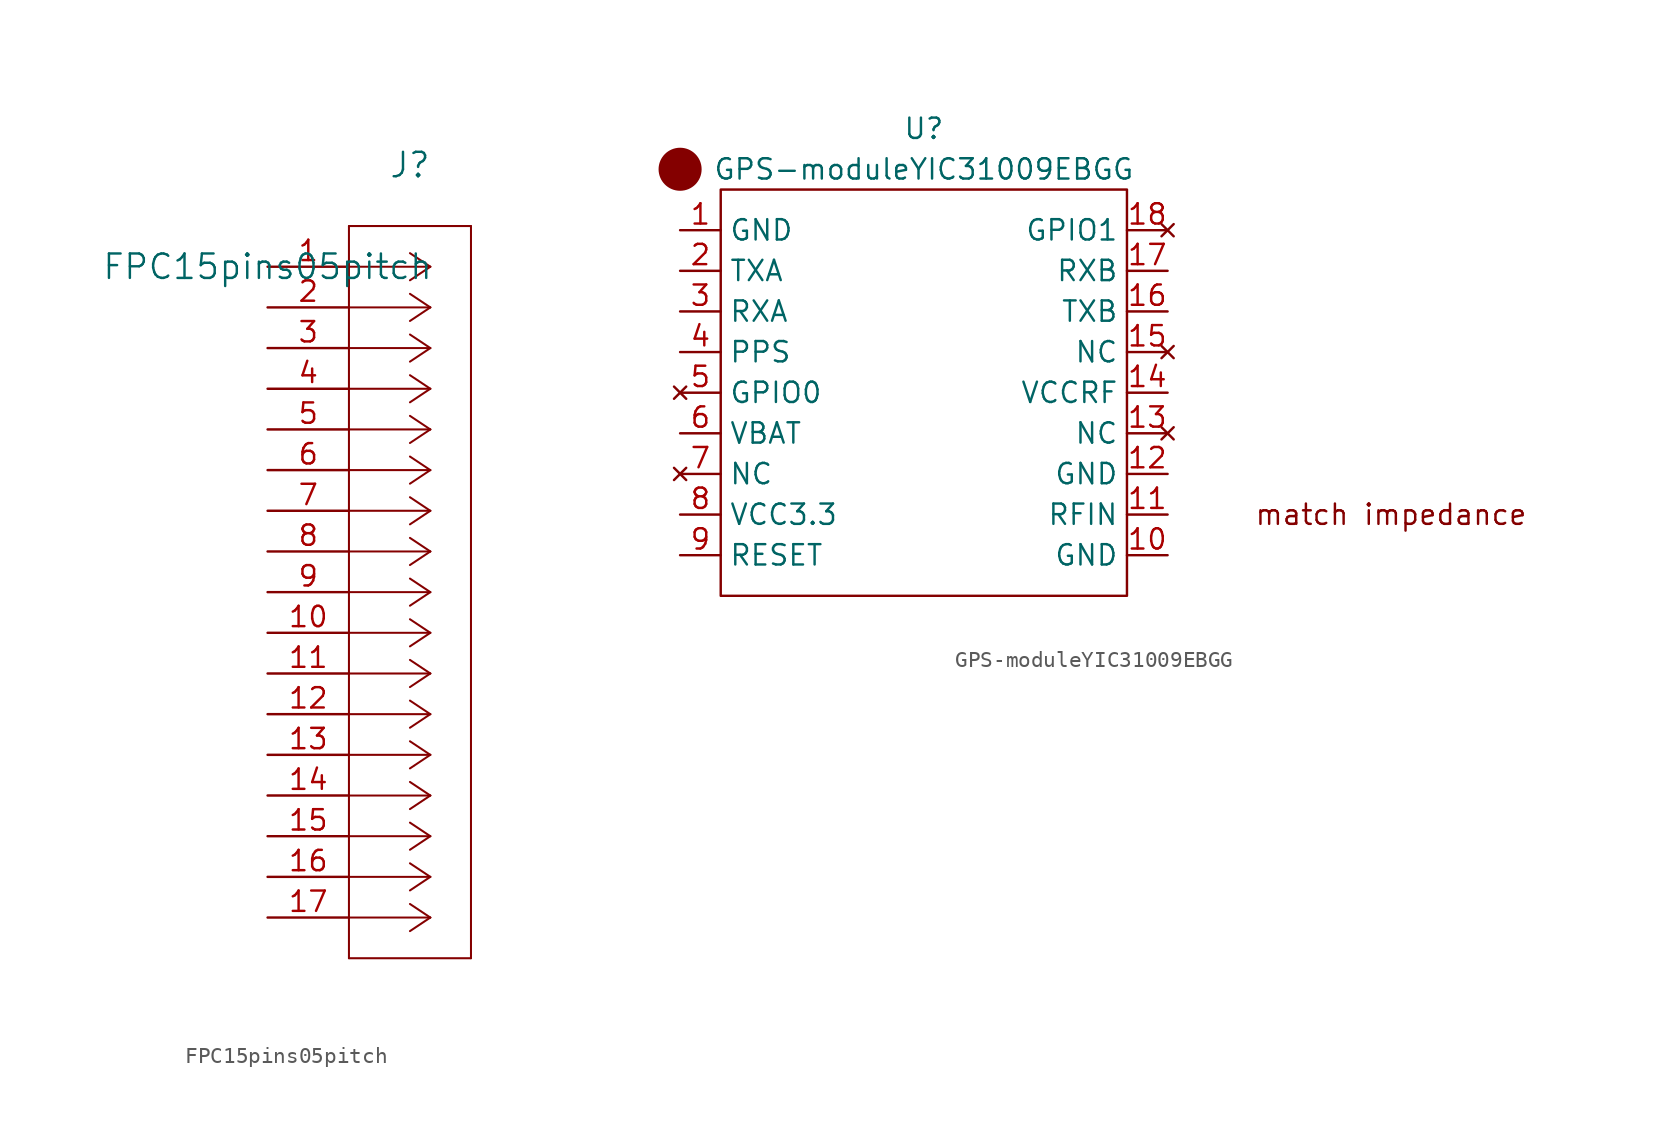
<source format=kicad_sym>
(kicad_symbol_lib
  (version 20241209)
  (generator "kicad_symbol_editor")
  (generator_version "9.0")
  (symbol "FPC15pins05pitch"
    (pin_names
      (offset 0.254))
    (property "Reference" "J"
      (at 8.89 6.35 0)
      (effects (font (size 1.524 1.524))))
    (property "Value" "FPC15pins05pitch"
      (at 0 0 0)
      (effects (font (size 1.524 1.524))))
    (symbol "FPC15pins05pitch_0_1"
      (polyline (pts (xy 5.08 2.54) (xy 5.08 -43.18)) (stroke (width 0.127) (type default)) (fill (type none)))
      (polyline (pts (xy 5.08 -43.18) (xy 12.7 -43.18)) (stroke (width 0.127) (type default)) (fill (type none)))
      (polyline (pts (xy 10.16 0) (xy 5.08 0)) (stroke (width 0.127) (type default)) (fill (type none)))
      (polyline (pts (xy 10.16 0) (xy 8.89 0.847)) (stroke (width 0.127) (type default)) (fill (type none)))
      (polyline (pts (xy 10.16 0) (xy 8.89 -0.847)) (stroke (width 0.127) (type default)) (fill (type none)))
      (polyline (pts (xy 10.16 -2.54) (xy 5.08 -2.54)) (stroke (width 0.127) (type default)) (fill (type none)))
      (polyline (pts (xy 10.16 -2.54) (xy 8.89 -1.693)) (stroke (width 0.127) (type default)) (fill (type none)))
      (polyline (pts (xy 10.16 -2.54) (xy 8.89 -3.387)) (stroke (width 0.127) (type default)) (fill (type none)))
      (polyline (pts (xy 10.16 -5.08) (xy 5.08 -5.08)) (stroke (width 0.127) (type default)) (fill (type none)))
      (polyline (pts (xy 10.16 -5.08) (xy 8.89 -4.233)) (stroke (width 0.127) (type default)) (fill (type none)))
      (polyline (pts (xy 10.16 -5.08) (xy 8.89 -5.927)) (stroke (width 0.127) (type default)) (fill (type none)))
      (polyline (pts (xy 10.16 -7.62) (xy 5.08 -7.62)) (stroke (width 0.127) (type default)) (fill (type none)))
      (polyline (pts (xy 10.16 -7.62) (xy 8.89 -6.773)) (stroke (width 0.127) (type default)) (fill (type none)))
      (polyline (pts (xy 10.16 -7.62) (xy 8.89 -8.467)) (stroke (width 0.127) (type default)) (fill (type none)))
      (polyline (pts (xy 10.16 -10.16) (xy 5.08 -10.16)) (stroke (width 0.127) (type default)) (fill (type none)))
      (polyline (pts (xy 10.16 -10.16) (xy 8.89 -9.313)) (stroke (width 0.127) (type default)) (fill (type none)))
      (polyline (pts (xy 10.16 -10.16) (xy 8.89 -11.007)) (stroke (width 0.127) (type default)) (fill (type none)))
      (polyline (pts (xy 10.16 -12.7) (xy 5.08 -12.7)) (stroke (width 0.127) (type default)) (fill (type none)))
      (polyline (pts (xy 10.16 -12.7) (xy 8.89 -11.853)) (stroke (width 0.127) (type default)) (fill (type none)))
      (polyline (pts (xy 10.16 -12.7) (xy 8.89 -13.547)) (stroke (width 0.127) (type default)) (fill (type none)))
      (polyline (pts (xy 10.16 -15.24) (xy 5.08 -15.24)) (stroke (width 0.127) (type default)) (fill (type none)))
      (polyline (pts (xy 10.16 -15.24) (xy 8.89 -14.393)) (stroke (width 0.127) (type default)) (fill (type none)))
      (polyline (pts (xy 10.16 -15.24) (xy 8.89 -16.087)) (stroke (width 0.127) (type default)) (fill (type none)))
      (polyline (pts (xy 10.16 -17.78) (xy 5.08 -17.78)) (stroke (width 0.127) (type default)) (fill (type none)))
      (polyline (pts (xy 10.16 -17.78) (xy 8.89 -16.933)) (stroke (width 0.127) (type default)) (fill (type none)))
      (polyline (pts (xy 10.16 -17.78) (xy 8.89 -18.627)) (stroke (width 0.127) (type default)) (fill (type none)))
      (polyline (pts (xy 10.16 -20.32) (xy 5.08 -20.32)) (stroke (width 0.127) (type default)) (fill (type none)))
      (polyline (pts (xy 10.16 -20.32) (xy 8.89 -19.473)) (stroke (width 0.127) (type default)) (fill (type none)))
      (polyline (pts (xy 10.16 -20.32) (xy 8.89 -21.167)) (stroke (width 0.127) (type default)) (fill (type none)))
      (polyline (pts (xy 10.16 -22.86) (xy 5.08 -22.86)) (stroke (width 0.127) (type default)) (fill (type none)))
      (polyline (pts (xy 10.16 -22.86) (xy 8.89 -22.013)) (stroke (width 0.127) (type default)) (fill (type none)))
      (polyline (pts (xy 10.16 -22.86) (xy 8.89 -23.707)) (stroke (width 0.127) (type default)) (fill (type none)))
      (polyline (pts (xy 10.16 -25.4) (xy 5.08 -25.4)) (stroke (width 0.127) (type default)) (fill (type none)))
      (polyline (pts (xy 10.16 -25.4) (xy 8.89 -24.553)) (stroke (width 0.127) (type default)) (fill (type none)))
      (polyline (pts (xy 10.16 -25.4) (xy 8.89 -26.247)) (stroke (width 0.127) (type default)) (fill (type none)))
      (polyline (pts (xy 10.16 -27.94) (xy 5.08 -27.94)) (stroke (width 0.127) (type default)) (fill (type none)))
      (polyline (pts (xy 10.16 -27.94) (xy 8.89 -27.093)) (stroke (width 0.127) (type default)) (fill (type none)))
      (polyline (pts (xy 10.16 -27.94) (xy 8.89 -28.787)) (stroke (width 0.127) (type default)) (fill (type none)))
      (polyline (pts (xy 10.16 -30.48) (xy 5.08 -30.48)) (stroke (width 0.127) (type default)) (fill (type none)))
      (polyline (pts (xy 10.16 -30.48) (xy 8.89 -29.633)) (stroke (width 0.127) (type default)) (fill (type none)))
      (polyline (pts (xy 10.16 -30.48) (xy 8.89 -31.327)) (stroke (width 0.127) (type default)) (fill (type none)))
      (polyline (pts (xy 10.16 -33.02) (xy 5.08 -33.02)) (stroke (width 0.127) (type default)) (fill (type none)))
      (polyline (pts (xy 10.16 -33.02) (xy 8.89 -32.173)) (stroke (width 0.127) (type default)) (fill (type none)))
      (polyline (pts (xy 10.16 -33.02) (xy 8.89 -33.867)) (stroke (width 0.127) (type default)) (fill (type none)))
      (polyline (pts (xy 10.16 -35.56) (xy 5.08 -35.56)) (stroke (width 0.127) (type default)) (fill (type none)))
      (polyline (pts (xy 10.16 -35.56) (xy 8.89 -34.713)) (stroke (width 0.127) (type default)) (fill (type none)))
      (polyline (pts (xy 10.16 -35.56) (xy 8.89 -36.407)) (stroke (width 0.127) (type default)) (fill (type none)))
      (polyline (pts (xy 10.16 -38.1) (xy 5.08 -38.1)) (stroke (width 0.127) (type default)) (fill (type none)))
      (polyline (pts (xy 10.16 -38.1) (xy 8.89 -37.253)) (stroke (width 0.127) (type default)) (fill (type none)))
      (polyline (pts (xy 10.16 -38.1) (xy 8.89 -38.947)) (stroke (width 0.127) (type default)) (fill (type none)))
      (polyline (pts (xy 10.16 -40.64) (xy 5.08 -40.64)) (stroke (width 0.127) (type default)) (fill (type none)))
      (polyline (pts (xy 10.16 -40.64) (xy 8.89 -39.793)) (stroke (width 0.127) (type default)) (fill (type none)))
      (polyline (pts (xy 10.16 -40.64) (xy 8.89 -41.487)) (stroke (width 0.127) (type default)) (fill (type none)))
      (polyline (pts (xy 12.7 2.54) (xy 5.08 2.54)) (stroke (width 0.127) (type default)) (fill (type none)))
      (polyline (pts (xy 12.7 -43.18) (xy 12.7 2.54)) (stroke (width 0.127) (type default)) (fill (type none)))
      (pin unspecified line (at 0 0 0) (length 5.08) (name "" (effects (font (size 1.27 1.27)))) (number "1" (effects (font (size 1.27 1.27)))))
      (pin unspecified line (at 0 -2.54 0) (length 5.08) (name "" (effects (font (size 1.27 1.27)))) (number "2" (effects (font (size 1.27 1.27)))))
      (pin unspecified line (at 0 -5.08 0) (length 5.08) (name "" (effects (font (size 1.27 1.27)))) (number "3" (effects (font (size 1.27 1.27)))))
      (pin unspecified line (at 0 -7.62 0) (length 5.08) (name "" (effects (font (size 1.27 1.27)))) (number "4" (effects (font (size 1.27 1.27)))))
      (pin unspecified line (at 0 -10.16 0) (length 5.08) (name "" (effects (font (size 1.27 1.27)))) (number "5" (effects (font (size 1.27 1.27)))))
      (pin unspecified line (at 0 -12.7 0) (length 5.08) (name "" (effects (font (size 1.27 1.27)))) (number "6" (effects (font (size 1.27 1.27)))))
      (pin unspecified line (at 0 -15.24 0) (length 5.08) (name "" (effects (font (size 1.27 1.27)))) (number "7" (effects (font (size 1.27 1.27)))))
      (pin unspecified line (at 0 -17.78 0) (length 5.08) (name "" (effects (font (size 1.27 1.27)))) (number "8" (effects (font (size 1.27 1.27)))))
      (pin unspecified line (at 0 -20.32 0) (length 5.08) (name "" (effects (font (size 1.27 1.27)))) (number "9" (effects (font (size 1.27 1.27)))))
      (pin unspecified line (at 0 -22.86 0) (length 5.08) (name "" (effects (font (size 1.27 1.27)))) (number "10" (effects (font (size 1.27 1.27)))))
      (pin unspecified line (at 0 -25.4 0) (length 5.08) (name "" (effects (font (size 1.27 1.27)))) (number "11" (effects (font (size 1.27 1.27)))))
      (pin unspecified line (at 0 -27.94 0) (length 5.08) (name "" (effects (font (size 1.27 1.27)))) (number "12" (effects (font (size 1.27 1.27)))))
      (pin unspecified line (at 0 -30.48 0) (length 5.08) (name "" (effects (font (size 1.27 1.27)))) (number "13" (effects (font (size 1.27 1.27)))))
      (pin unspecified line (at 0 -33.02 0) (length 5.08) (name "" (effects (font (size 1.27 1.27)))) (number "14" (effects (font (size 1.27 1.27)))))
      (pin unspecified line (at 0 -35.56 0) (length 5.08) (name "" (effects (font (size 1.27 1.27)))) (number "15" (effects (font (size 1.27 1.27)))))
      (pin unspecified line (at 0 -38.1 0) (length 5.08) (name "" (effects (font (size 1.27 1.27)))) (number "16" (effects (font (size 1.27 1.27)))))
      (pin unspecified line (at 0 -40.64 0) (length 5.08) (name "" (effects (font (size 1.27 1.27)))) (number "17" (effects (font (size 1.27 1.27)))))))
  (symbol "GPS-moduleYIC31009EBGG"
    (property "Reference" "U"
      (at 0 1.27 0)
      (effects (font (size 1.27 1.27))))
    (property "Value" "GPS-moduleYIC31009EBGG"
      (at 0 -1.27 0)
      (effects (font (size 1.27 1.27))))
    (symbol "GPS-moduleYIC31009EBGG_0_0"
      (text "match impedance" (at 29.21 -22.86 0) (effects (font (size 1.27 1.27)))))
    (symbol "GPS-moduleYIC31009EBGG_0_1"
      (circle (center -15.24 -1.27) (radius 1.27) (stroke (width 0) (type default)) (fill (type outline)))
      (rectangle (start -12.7 -2.54) (end 12.7 -27.94) (stroke (width 0) (type default)) (fill (type none))))
    (symbol "GPS-moduleYIC31009EBGG_1_1"
      (pin power_in line (at -15.24 -5.08 0) (length 2.54) (name "GND" (effects (font (size 1.27 1.27)))) (number "1" (effects (font (size 1.27 1.27)))))
      (pin bidirectional line (at -15.24 -7.62 0) (length 2.54) (name "TXA" (effects (font (size 1.27 1.27)))) (number "2" (effects (font (size 1.27 1.27)))))
      (pin bidirectional line (at -15.24 -10.16 0) (length 2.54) (name "RXA" (effects (font (size 1.27 1.27)))) (number "3" (effects (font (size 1.27 1.27)))))
      (pin unspecified line (at -15.24 -12.7 0) (length 2.54) (name "PPS" (effects (font (size 1.27 1.27)))) (number "4" (effects (font (size 1.27 1.27)))))
      (pin no_connect line (at -15.24 -15.24 0) (length 2.54) (name "GPIO0" (effects (font (size 1.27 1.27)))) (number "5" (effects (font (size 1.27 1.27)))))
      (pin unspecified line (at -15.24 -17.78 0) (length 2.54) (name "VBAT" (effects (font (size 1.27 1.27)))) (number "6" (effects (font (size 1.27 1.27)))))
      (pin no_connect line (at -15.24 -20.32 0) (length 2.54) (name "NC" (effects (font (size 1.27 1.27)))) (number "7" (effects (font (size 1.27 1.27)))))
      (pin power_in line (at -15.24 -22.86 0) (length 2.54) (name "VCC3.3" (effects (font (size 1.27 1.27)))) (number "8" (effects (font (size 1.27 1.27)))))
      (pin unspecified line (at -15.24 -25.4 0) (length 2.54) (name "RESET" (effects (font (size 1.27 1.27)))) (number "9" (effects (font (size 1.27 1.27)))))
      (pin no_connect line (at 15.24 -5.08 180) (length 2.54) (name "GPIO1" (effects (font (size 1.27 1.27)))) (number "18" (effects (font (size 1.27 1.27)))))
      (pin bidirectional line (at 15.24 -7.62 180) (length 2.54) (name "RXB" (effects (font (size 1.27 1.27)))) (number "17" (effects (font (size 1.27 1.27)))))
      (pin unspecified line (at 15.24 -10.16 180) (length 2.54) (name "TXB" (effects (font (size 1.27 1.27)))) (number "16" (effects (font (size 1.27 1.27)))))
      (pin no_connect line (at 15.24 -12.7 180) (length 2.54) (name "NC" (effects (font (size 1.27 1.27)))) (number "15" (effects (font (size 1.27 1.27)))))
      (pin unspecified line (at 15.24 -15.24 180) (length 2.54) (name "VCCRF" (effects (font (size 1.27 1.27)))) (number "14" (effects (font (size 1.27 1.27)))))
      (pin no_connect line (at 15.24 -17.78 180) (length 2.54) (name "NC" (effects (font (size 1.27 1.27)))) (number "13" (effects (font (size 1.27 1.27)))))
      (pin unspecified line (at 15.24 -20.32 180) (length 2.54) (name "GND" (effects (font (size 1.27 1.27)))) (number "12" (effects (font (size 1.27 1.27)))))
      (pin unspecified line (at 15.24 -22.86 180) (length 2.54) (name "RFIN" (effects (font (size 1.27 1.27)))) (number "11" (effects (font (size 1.27 1.27)))))
      (pin power_in line (at 15.24 -25.4 180) (length 2.54) (name "GND" (effects (font (size 1.27 1.27)))) (number "10" (effects (font (size 1.27 1.27))))))))
</source>
